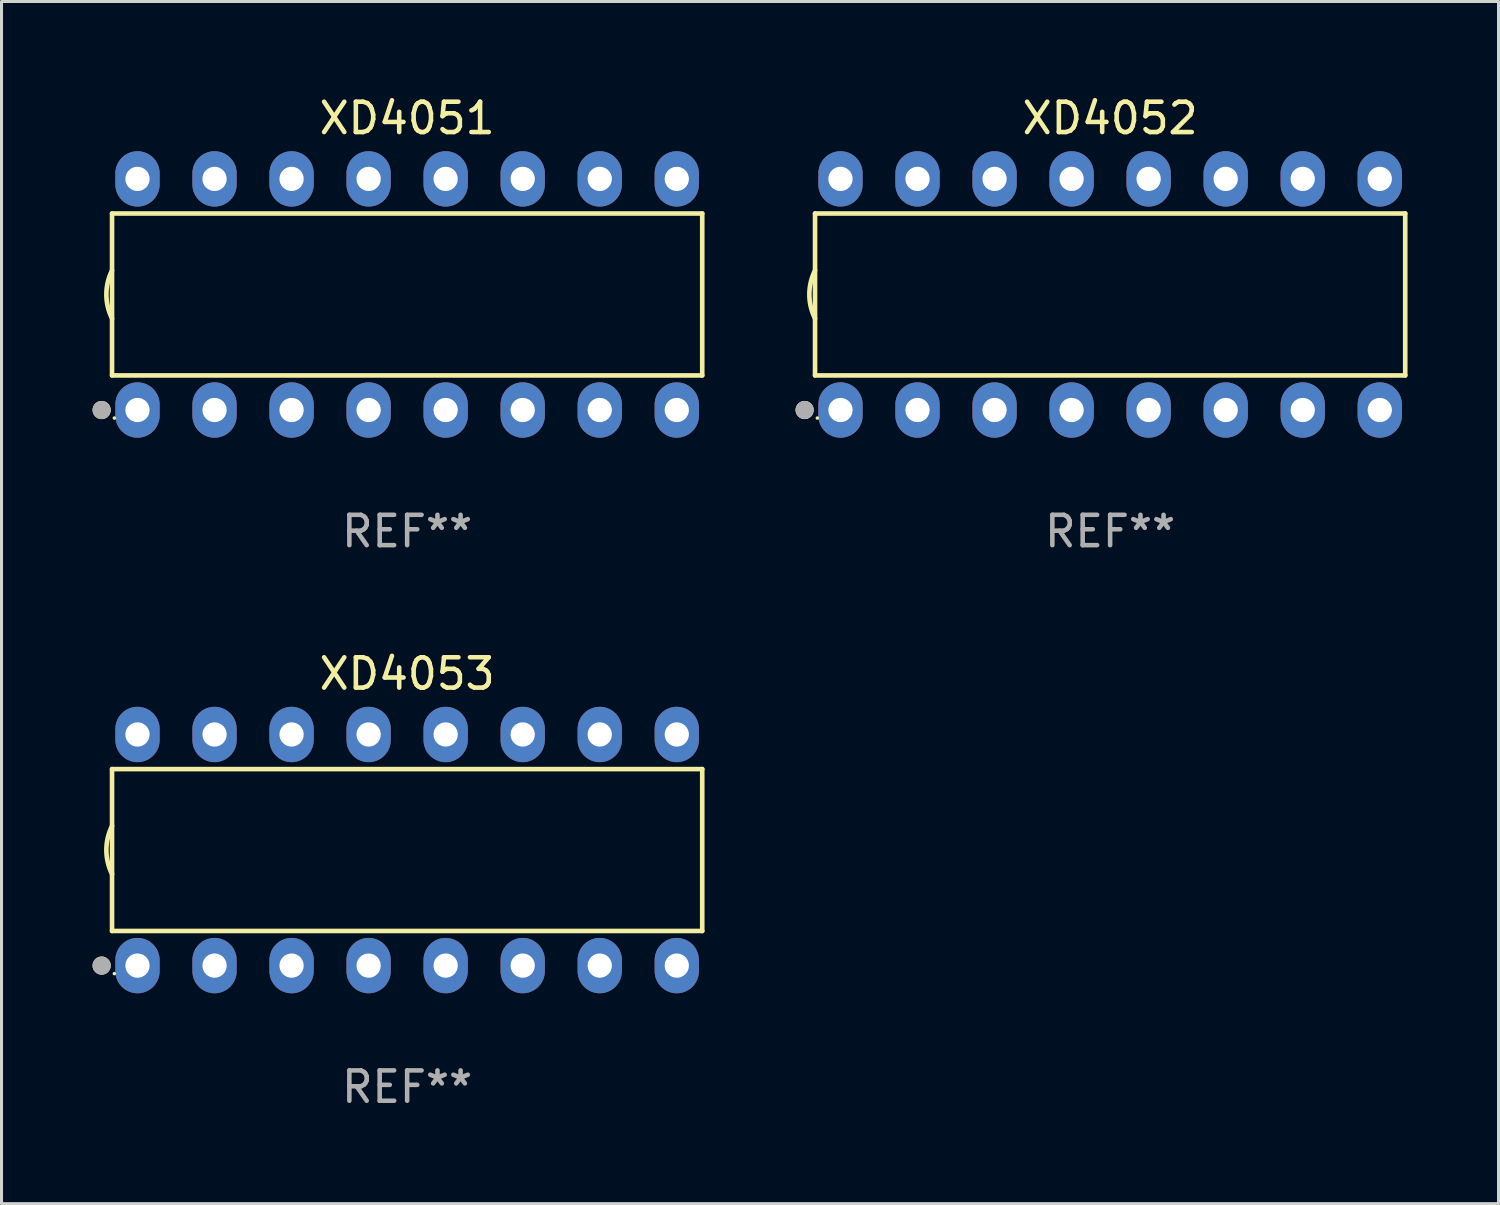
<source format=kicad_pcb>
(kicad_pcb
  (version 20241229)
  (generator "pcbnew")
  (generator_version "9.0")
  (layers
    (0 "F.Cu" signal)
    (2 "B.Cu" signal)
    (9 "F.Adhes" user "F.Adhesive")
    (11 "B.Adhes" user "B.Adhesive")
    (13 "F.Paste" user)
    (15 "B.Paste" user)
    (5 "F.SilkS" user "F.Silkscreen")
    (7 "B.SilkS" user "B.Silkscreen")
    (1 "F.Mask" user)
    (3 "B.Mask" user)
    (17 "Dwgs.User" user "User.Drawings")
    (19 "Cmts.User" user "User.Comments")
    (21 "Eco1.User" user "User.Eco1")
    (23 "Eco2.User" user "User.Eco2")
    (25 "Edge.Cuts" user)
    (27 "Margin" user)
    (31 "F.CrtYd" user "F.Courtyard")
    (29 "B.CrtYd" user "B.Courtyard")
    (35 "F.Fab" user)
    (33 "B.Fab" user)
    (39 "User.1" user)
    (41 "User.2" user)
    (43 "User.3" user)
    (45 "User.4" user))
  (footprint "XD4051"
    (layer "F.Cu")
    (at 10.373 6.658)
    (property "Reference" "XD4051" (at 0 -5.81 0) (layer "F.SilkS") (effects (font (size 1 1) (thickness 0.15))))
    (attr through_hole)
    (fp_line (start -9.729 -2.669) (end 9.729 -2.669) (stroke (width 0.152) (type solid)) (layer "F.SilkS"))
    (fp_line (start -9.729 2.669) (end -9.729 -2.669) (stroke (width 0.152) (type solid)) (layer "F.SilkS"))
    (fp_line (start 9.729 -2.669) (end 9.729 2.669) (stroke (width 0.152) (type solid)) (layer "F.SilkS"))
    (fp_line (start 9.729 2.669) (end -9.729 2.669) (stroke (width 0.152) (type solid)) (layer "F.SilkS"))
    (fp_arc (start -9.728727 0.793751) (mid -9.916106 0) (end -9.728727 -0.793752) (stroke (width 0.1524) (type solid)) (layer "F.SilkS"))
    (fp_circle (center -10.072 3.81) (end -9.922 3.81) (stroke (width 0.3) (type solid)) (fill no) (layer "F.SilkS"))
    (fp_circle (center -9.653 4.075) (end -9.623 4.075) (stroke (width 0.06) (type solid)) (fill no) (layer "F.SilkS"))
    (fp_circle (center -10.072 3.81) (end -9.922 3.81) (stroke (width 0.3) (type solid)) (fill no) (layer "F.Fab"))
    (fp_text user "REF**" (at 0 7.81 0) (layer "F.Fab") (effects (font (size 1 1) (thickness 0.15))))
    (pad "1" thru_hole oval (at -8.89 3.81) (size 1.46 1.825) (drill 0.8) (layers "*.Cu" "*.Mask"))
    (pad "2" thru_hole oval (at -6.35 3.81) (size 1.46 1.825) (drill 0.8) (layers "*.Cu" "*.Mask"))
    (pad "3" thru_hole oval (at -3.81 3.81) (size 1.46 1.825) (drill 0.8) (layers "*.Cu" "*.Mask"))
    (pad "4" thru_hole oval (at -1.27 3.81) (size 1.46 1.825) (drill 0.8) (layers "*.Cu" "*.Mask"))
    (pad "5" thru_hole oval (at 1.27 3.81) (size 1.46 1.825) (drill 0.8) (layers "*.Cu" "*.Mask"))
    (pad "6" thru_hole oval (at 3.81 3.81) (size 1.46 1.825) (drill 0.8) (layers "*.Cu" "*.Mask"))
    (pad "7" thru_hole oval (at 6.35 3.81) (size 1.46 1.825) (drill 0.8) (layers "*.Cu" "*.Mask"))
    (pad "8" thru_hole oval (at 8.89 3.81) (size 1.46 1.825) (drill 0.8) (layers "*.Cu" "*.Mask"))
    (pad "9" thru_hole oval (at 8.89 -3.81) (size 1.46 1.825) (drill 0.8) (layers "*.Cu" "*.Mask"))
    (pad "10" thru_hole oval (at 6.35 -3.81) (size 1.46 1.825) (drill 0.8) (layers "*.Cu" "*.Mask"))
    (pad "11" thru_hole oval (at 3.81 -3.81) (size 1.46 1.825) (drill 0.8) (layers "*.Cu" "*.Mask"))
    (pad "12" thru_hole oval (at 1.27 -3.81) (size 1.46 1.825) (drill 0.8) (layers "*.Cu" "*.Mask"))
    (pad "13" thru_hole oval (at -1.27 -3.81) (size 1.46 1.825) (drill 0.8) (layers "*.Cu" "*.Mask"))
    (pad "14" thru_hole oval (at -3.81 -3.81) (size 1.46 1.825) (drill 0.8) (layers "*.Cu" "*.Mask"))
    (pad "15" thru_hole oval (at -6.35 -3.81) (size 1.46 1.825) (drill 0.8) (layers "*.Cu" "*.Mask"))
    (pad "16" thru_hole oval (at -8.89 -3.81) (size 1.46 1.825) (drill 0.8) (layers "*.Cu" "*.Mask")))
  (footprint "XD4053"
    (layer "F.Cu")
    (at 10.373 24.975)
    (property "Reference" "XD4053" (at 0 -5.81 0) (layer "F.SilkS") (effects (font (size 1 1) (thickness 0.15))))
    (attr through_hole)
    (fp_line (start -9.729 -2.669) (end 9.729 -2.669) (stroke (width 0.152) (type solid)) (layer "F.SilkS"))
    (fp_line (start -9.729 2.669) (end -9.729 -2.669) (stroke (width 0.152) (type solid)) (layer "F.SilkS"))
    (fp_line (start 9.729 -2.669) (end 9.729 2.669) (stroke (width 0.152) (type solid)) (layer "F.SilkS"))
    (fp_line (start 9.729 2.669) (end -9.729 2.669) (stroke (width 0.152) (type solid)) (layer "F.SilkS"))
    (fp_arc (start -9.728727 0.793751) (mid -9.916106 0) (end -9.728727 -0.793752) (stroke (width 0.1524) (type solid)) (layer "F.SilkS"))
    (fp_circle (center -10.072 3.81) (end -9.922 3.81) (stroke (width 0.3) (type solid)) (fill no) (layer "F.SilkS"))
    (fp_circle (center -9.653 4.075) (end -9.623 4.075) (stroke (width 0.06) (type solid)) (fill no) (layer "F.SilkS"))
    (fp_circle (center -10.072 3.81) (end -9.922 3.81) (stroke (width 0.3) (type solid)) (fill no) (layer "F.Fab"))
    (fp_text user "REF**" (at 0 7.81 0) (layer "F.Fab") (effects (font (size 1 1) (thickness 0.15))))
    (pad "1" thru_hole oval (at -8.89 3.81) (size 1.46 1.825) (drill 0.8) (layers "*.Cu" "*.Mask"))
    (pad "2" thru_hole oval (at -6.35 3.81) (size 1.46 1.825) (drill 0.8) (layers "*.Cu" "*.Mask"))
    (pad "3" thru_hole oval (at -3.81 3.81) (size 1.46 1.825) (drill 0.8) (layers "*.Cu" "*.Mask"))
    (pad "4" thru_hole oval (at -1.27 3.81) (size 1.46 1.825) (drill 0.8) (layers "*.Cu" "*.Mask"))
    (pad "5" thru_hole oval (at 1.27 3.81) (size 1.46 1.825) (drill 0.8) (layers "*.Cu" "*.Mask"))
    (pad "6" thru_hole oval (at 3.81 3.81) (size 1.46 1.825) (drill 0.8) (layers "*.Cu" "*.Mask"))
    (pad "7" thru_hole oval (at 6.35 3.81) (size 1.46 1.825) (drill 0.8) (layers "*.Cu" "*.Mask"))
    (pad "8" thru_hole oval (at 8.89 3.81) (size 1.46 1.825) (drill 0.8) (layers "*.Cu" "*.Mask"))
    (pad "9" thru_hole oval (at 8.89 -3.81) (size 1.46 1.825) (drill 0.8) (layers "*.Cu" "*.Mask"))
    (pad "10" thru_hole oval (at 6.35 -3.81) (size 1.46 1.825) (drill 0.8) (layers "*.Cu" "*.Mask"))
    (pad "11" thru_hole oval (at 3.81 -3.81) (size 1.46 1.825) (drill 0.8) (layers "*.Cu" "*.Mask"))
    (pad "12" thru_hole oval (at 1.27 -3.81) (size 1.46 1.825) (drill 0.8) (layers "*.Cu" "*.Mask"))
    (pad "13" thru_hole oval (at -1.27 -3.81) (size 1.46 1.825) (drill 0.8) (layers "*.Cu" "*.Mask"))
    (pad "14" thru_hole oval (at -3.81 -3.81) (size 1.46 1.825) (drill 0.8) (layers "*.Cu" "*.Mask"))
    (pad "15" thru_hole oval (at -6.35 -3.81) (size 1.46 1.825) (drill 0.8) (layers "*.Cu" "*.Mask"))
    (pad "16" thru_hole oval (at -8.89 -3.81) (size 1.46 1.825) (drill 0.8) (layers "*.Cu" "*.Mask")))
  (footprint "XD4052"
    (layer "F.Cu")
    (at 33.55 6.658)
    (property "Reference" "XD4052" (at 0 -5.81 0) (layer "F.SilkS") (effects (font (size 1 1) (thickness 0.15))))
    (attr through_hole)
    (fp_line (start -9.729 -2.669) (end 9.729 -2.669) (stroke (width 0.152) (type solid)) (layer "F.SilkS"))
    (fp_line (start -9.729 2.669) (end -9.729 -2.669) (stroke (width 0.152) (type solid)) (layer "F.SilkS"))
    (fp_line (start 9.729 -2.669) (end 9.729 2.669) (stroke (width 0.152) (type solid)) (layer "F.SilkS"))
    (fp_line (start 9.729 2.669) (end -9.729 2.669) (stroke (width 0.152) (type solid)) (layer "F.SilkS"))
    (fp_arc (start -9.728727 0.793751) (mid -9.916106 0) (end -9.728727 -0.793752) (stroke (width 0.1524) (type solid)) (layer "F.SilkS"))
    (fp_circle (center -10.072 3.81) (end -9.922 3.81) (stroke (width 0.3) (type solid)) (fill no) (layer "F.SilkS"))
    (fp_circle (center -9.653 4.075) (end -9.623 4.075) (stroke (width 0.06) (type solid)) (fill no) (layer "F.SilkS"))
    (fp_circle (center -10.072 3.81) (end -9.922 3.81) (stroke (width 0.3) (type solid)) (fill no) (layer "F.Fab"))
    (fp_text user "REF**" (at 0 7.81 0) (layer "F.Fab") (effects (font (size 1 1) (thickness 0.15))))
    (pad "1" thru_hole oval (at -8.89 3.81) (size 1.46 1.825) (drill 0.8) (layers "*.Cu" "*.Mask"))
    (pad "2" thru_hole oval (at -6.35 3.81) (size 1.46 1.825) (drill 0.8) (layers "*.Cu" "*.Mask"))
    (pad "3" thru_hole oval (at -3.81 3.81) (size 1.46 1.825) (drill 0.8) (layers "*.Cu" "*.Mask"))
    (pad "4" thru_hole oval (at -1.27 3.81) (size 1.46 1.825) (drill 0.8) (layers "*.Cu" "*.Mask"))
    (pad "5" thru_hole oval (at 1.27 3.81) (size 1.46 1.825) (drill 0.8) (layers "*.Cu" "*.Mask"))
    (pad "6" thru_hole oval (at 3.81 3.81) (size 1.46 1.825) (drill 0.8) (layers "*.Cu" "*.Mask"))
    (pad "7" thru_hole oval (at 6.35 3.81) (size 1.46 1.825) (drill 0.8) (layers "*.Cu" "*.Mask"))
    (pad "8" thru_hole oval (at 8.89 3.81) (size 1.46 1.825) (drill 0.8) (layers "*.Cu" "*.Mask"))
    (pad "9" thru_hole oval (at 8.89 -3.81) (size 1.46 1.825) (drill 0.8) (layers "*.Cu" "*.Mask"))
    (pad "10" thru_hole oval (at 6.35 -3.81) (size 1.46 1.825) (drill 0.8) (layers "*.Cu" "*.Mask"))
    (pad "11" thru_hole oval (at 3.81 -3.81) (size 1.46 1.825) (drill 0.8) (layers "*.Cu" "*.Mask"))
    (pad "12" thru_hole oval (at 1.27 -3.81) (size 1.46 1.825) (drill 0.8) (layers "*.Cu" "*.Mask"))
    (pad "13" thru_hole oval (at -1.27 -3.81) (size 1.46 1.825) (drill 0.8) (layers "*.Cu" "*.Mask"))
    (pad "14" thru_hole oval (at -3.81 -3.81) (size 1.46 1.825) (drill 0.8) (layers "*.Cu" "*.Mask"))
    (pad "15" thru_hole oval (at -6.35 -3.81) (size 1.46 1.825) (drill 0.8) (layers "*.Cu" "*.Mask"))
    (pad "16" thru_hole oval (at -8.89 -3.81) (size 1.46 1.825) (drill 0.8) (layers "*.Cu" "*.Mask")))
  (gr_rect
    (start -3 -3)
    (end 46.355 36.633)
    (stroke (width 0.1) (type default))
    (fill no)
    (layer "Edge.Cuts")))
</source>
